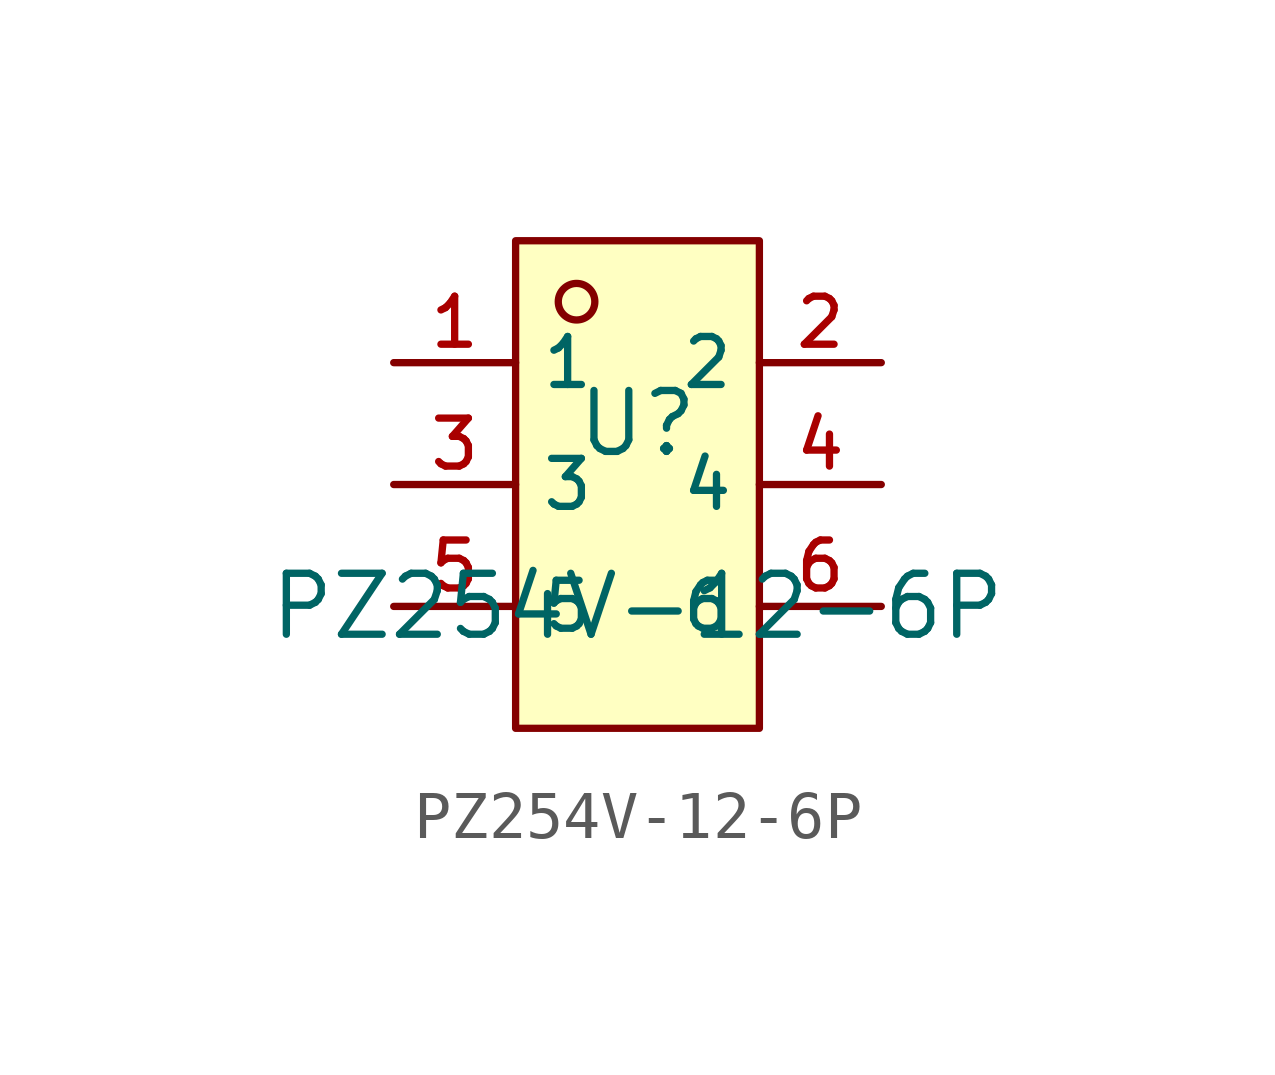
<source format=kicad_sym>
(kicad_symbol_lib
  (version 20210201)
  (generator TousstNicolas/JLC2KiCad_lib)
  (symbol "PZ254V-12-6P"
    (property "Reference" "U"
      (at 0 1.27 0)
      (effects (font (size 1.27 1.27))))
    (property "Value" "PZ254V-12-6P"
      (at 0 -2.54 0)
      (effects (font (size 1.27 1.27))))
    (symbol "PZ254V-12-6P_0_1"
      (rectangle (start -2.54 5.08) (end 2.54 -5.08) (stroke (width 0) (type default) (color 0 0 0 0)) (fill (type background)))
      (circle (center -1.27 3.81) (radius 0.381) (stroke (width 0) (type default) (color 0 0 0 0)) (fill (type background)))
      (pin unspecified line (at -5.08 2.54 0) (length 2.54) (name "1" (effects (font (size 1 1)))) (number "1" (effects (font (size 1 1)))))
      (pin unspecified line (at 5.08 -2.54 180) (length 2.54) (name "6" (effects (font (size 1 1)))) (number "6" (effects (font (size 1 1)))))
      (pin unspecified line (at -5.08 -0.0 0) (length 2.54) (name "3" (effects (font (size 1 1)))) (number "3" (effects (font (size 1 1)))))
      (pin unspecified line (at 5.08 -0.0 180) (length 2.54) (name "4" (effects (font (size 1 1)))) (number "4" (effects (font (size 1 1)))))
      (pin unspecified line (at -5.08 -2.54 0) (length 2.54) (name "5" (effects (font (size 1 1)))) (number "5" (effects (font (size 1 1)))))
      (pin unspecified line (at 5.08 2.54 180) (length 2.54) (name "2" (effects (font (size 1 1)))) (number "2" (effects (font (size 1 1))))))))
</source>
